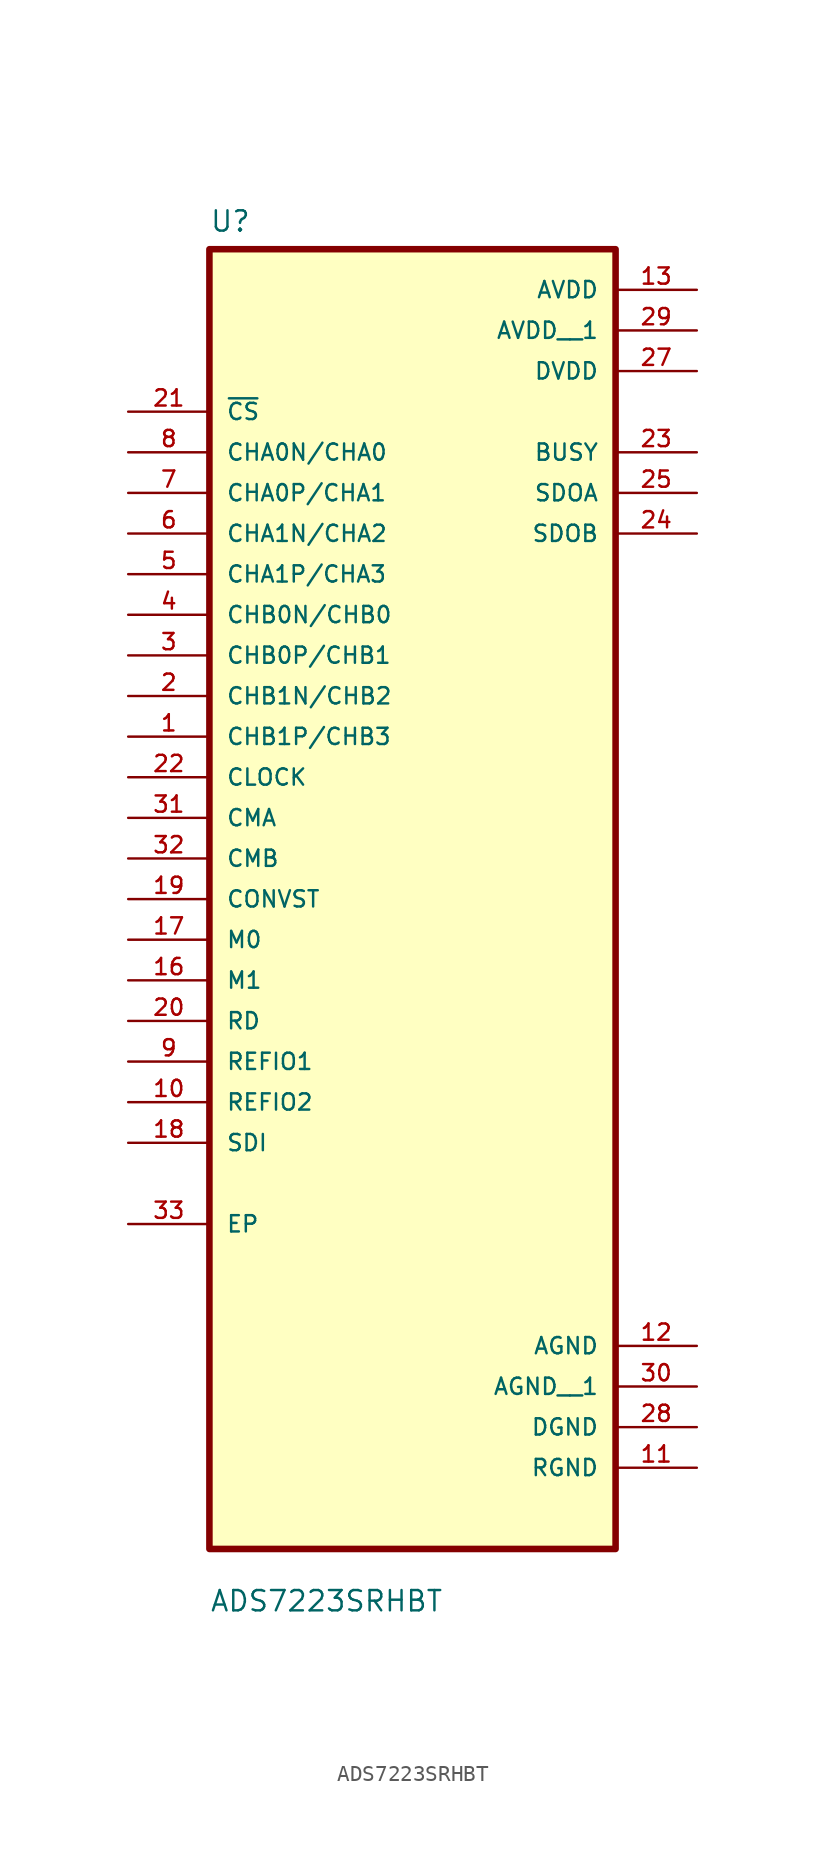
<source format=kicad_sym>
(kicad_symbol_lib
  (version 20211014)
  (generator kicad_symbol_editor)
  (symbol "ADS7223SRHBT"
    (pin_names
      (offset 1.016))
    (property "Reference" "U"
      (at -12.7 39.1 0.0)
      (effects (font (size 1.27 1.27)) (justify bottom left)))
    (property "Value" "ADS7223SRHBT"
      (at -12.7 -47.18 0.0)
      (effects (font (size 1.27 1.27)) (justify bottom left)))
    (symbol "ADS7223SRHBT_0_0"
      (rectangle (start -12.7 -43.18) (end 12.7 38.1) (stroke (width 0.41)) (fill (type background)))
      (pin input line (at -17.78 27.94 0) (length 5.08) (name "~{CS}" (effects (font (size 1.016 1.016)))) (number "21" (effects (font (size 1.016 1.016)))))
      (pin input line (at -17.78 25.4 0) (length 5.08) (name "CHA0N/CHA0" (effects (font (size 1.016 1.016)))) (number "8" (effects (font (size 1.016 1.016)))))
      (pin input line (at -17.78 22.86 0) (length 5.08) (name "CHA0P/CHA1" (effects (font (size 1.016 1.016)))) (number "7" (effects (font (size 1.016 1.016)))))
      (pin input line (at -17.78 20.32 0) (length 5.08) (name "CHA1N/CHA2" (effects (font (size 1.016 1.016)))) (number "6" (effects (font (size 1.016 1.016)))))
      (pin input line (at -17.78 17.78 0) (length 5.08) (name "CHA1P/CHA3" (effects (font (size 1.016 1.016)))) (number "5" (effects (font (size 1.016 1.016)))))
      (pin input line (at -17.78 15.24 0) (length 5.08) (name "CHB0N/CHB0" (effects (font (size 1.016 1.016)))) (number "4" (effects (font (size 1.016 1.016)))))
      (pin input line (at -17.78 12.7 0) (length 5.08) (name "CHB0P/CHB1" (effects (font (size 1.016 1.016)))) (number "3" (effects (font (size 1.016 1.016)))))
      (pin input line (at -17.78 10.16 0) (length 5.08) (name "CHB1N/CHB2" (effects (font (size 1.016 1.016)))) (number "2" (effects (font (size 1.016 1.016)))))
      (pin input line (at -17.78 7.62 0) (length 5.08) (name "CHB1P/CHB3" (effects (font (size 1.016 1.016)))) (number "1" (effects (font (size 1.016 1.016)))))
      (pin input line (at -17.78 5.08 0) (length 5.08) (name "CLOCK" (effects (font (size 1.016 1.016)))) (number "22" (effects (font (size 1.016 1.016)))))
      (pin input line (at -17.78 2.54 0) (length 5.08) (name "CMA" (effects (font (size 1.016 1.016)))) (number "31" (effects (font (size 1.016 1.016)))))
      (pin input line (at -17.78 1.06581e-14 0) (length 5.08) (name "CMB" (effects (font (size 1.016 1.016)))) (number "32" (effects (font (size 1.016 1.016)))))
      (pin input line (at -17.78 -2.54 0) (length 5.08) (name "CONVST" (effects (font (size 1.016 1.016)))) (number "19" (effects (font (size 1.016 1.016)))))
      (pin input line (at -17.78 -5.08 0) (length 5.08) (name "M0" (effects (font (size 1.016 1.016)))) (number "17" (effects (font (size 1.016 1.016)))))
      (pin input line (at -17.78 -7.62 0) (length 5.08) (name "M1" (effects (font (size 1.016 1.016)))) (number "16" (effects (font (size 1.016 1.016)))))
      (pin input line (at -17.78 -10.16 0) (length 5.08) (name "RD" (effects (font (size 1.016 1.016)))) (number "20" (effects (font (size 1.016 1.016)))))
      (pin input line (at -17.78 -12.7 0) (length 5.08) (name "REFIO1" (effects (font (size 1.016 1.016)))) (number "9" (effects (font (size 1.016 1.016)))))
      (pin input line (at -17.78 -15.24 0) (length 5.08) (name "REFIO2" (effects (font (size 1.016 1.016)))) (number "10" (effects (font (size 1.016 1.016)))))
      (pin input line (at -17.78 -17.78 0) (length 5.08) (name "SDI" (effects (font (size 1.016 1.016)))) (number "18" (effects (font (size 1.016 1.016)))))
      (pin bidirectional line (at -17.78 -22.86 0) (length 5.08) (name "EP" (effects (font (size 1.016 1.016)))) (number "33" (effects (font (size 1.016 1.016)))))
      (pin power_in line (at 17.78 35.56 180.0) (length 5.08) (name "AVDD" (effects (font (size 1.016 1.016)))) (number "13" (effects (font (size 1.016 1.016)))))
      (pin power_in line (at 17.78 30.48 180.0) (length 5.08) (name "DVDD" (effects (font (size 1.016 1.016)))) (number "27" (effects (font (size 1.016 1.016)))))
      (pin output line (at 17.78 25.4 180.0) (length 5.08) (name "BUSY" (effects (font (size 1.016 1.016)))) (number "23" (effects (font (size 1.016 1.016)))))
      (pin output line (at 17.78 22.86 180.0) (length 5.08) (name "SDOA" (effects (font (size 1.016 1.016)))) (number "25" (effects (font (size 1.016 1.016)))))
      (pin output line (at 17.78 20.32 180.0) (length 5.08) (name "SDOB" (effects (font (size 1.016 1.016)))) (number "24" (effects (font (size 1.016 1.016)))))
      (pin power_in line (at 17.78 -30.48 180.0) (length 5.08) (name "AGND" (effects (font (size 1.016 1.016)))) (number "12" (effects (font (size 1.016 1.016)))))
      (pin power_in line (at 17.78 -35.56 180.0) (length 5.08) (name "DGND" (effects (font (size 1.016 1.016)))) (number "28" (effects (font (size 1.016 1.016)))))
      (pin power_in line (at 17.78 -38.1 180.0) (length 5.08) (name "RGND" (effects (font (size 1.016 1.016)))) (number "11" (effects (font (size 1.016 1.016)))))
      (pin power_in line (at 17.78 33.02 180.0) (length 5.08) (name "AVDD__1" (effects (font (size 1.016 1.016)))) (number "29" (effects (font (size 1.016 1.016)))))
      (pin power_in line (at 17.78 -33.02 180.0) (length 5.08) (name "AGND__1" (effects (font (size 1.016 1.016)))) (number "30" (effects (font (size 1.016 1.016))))))))
</source>
